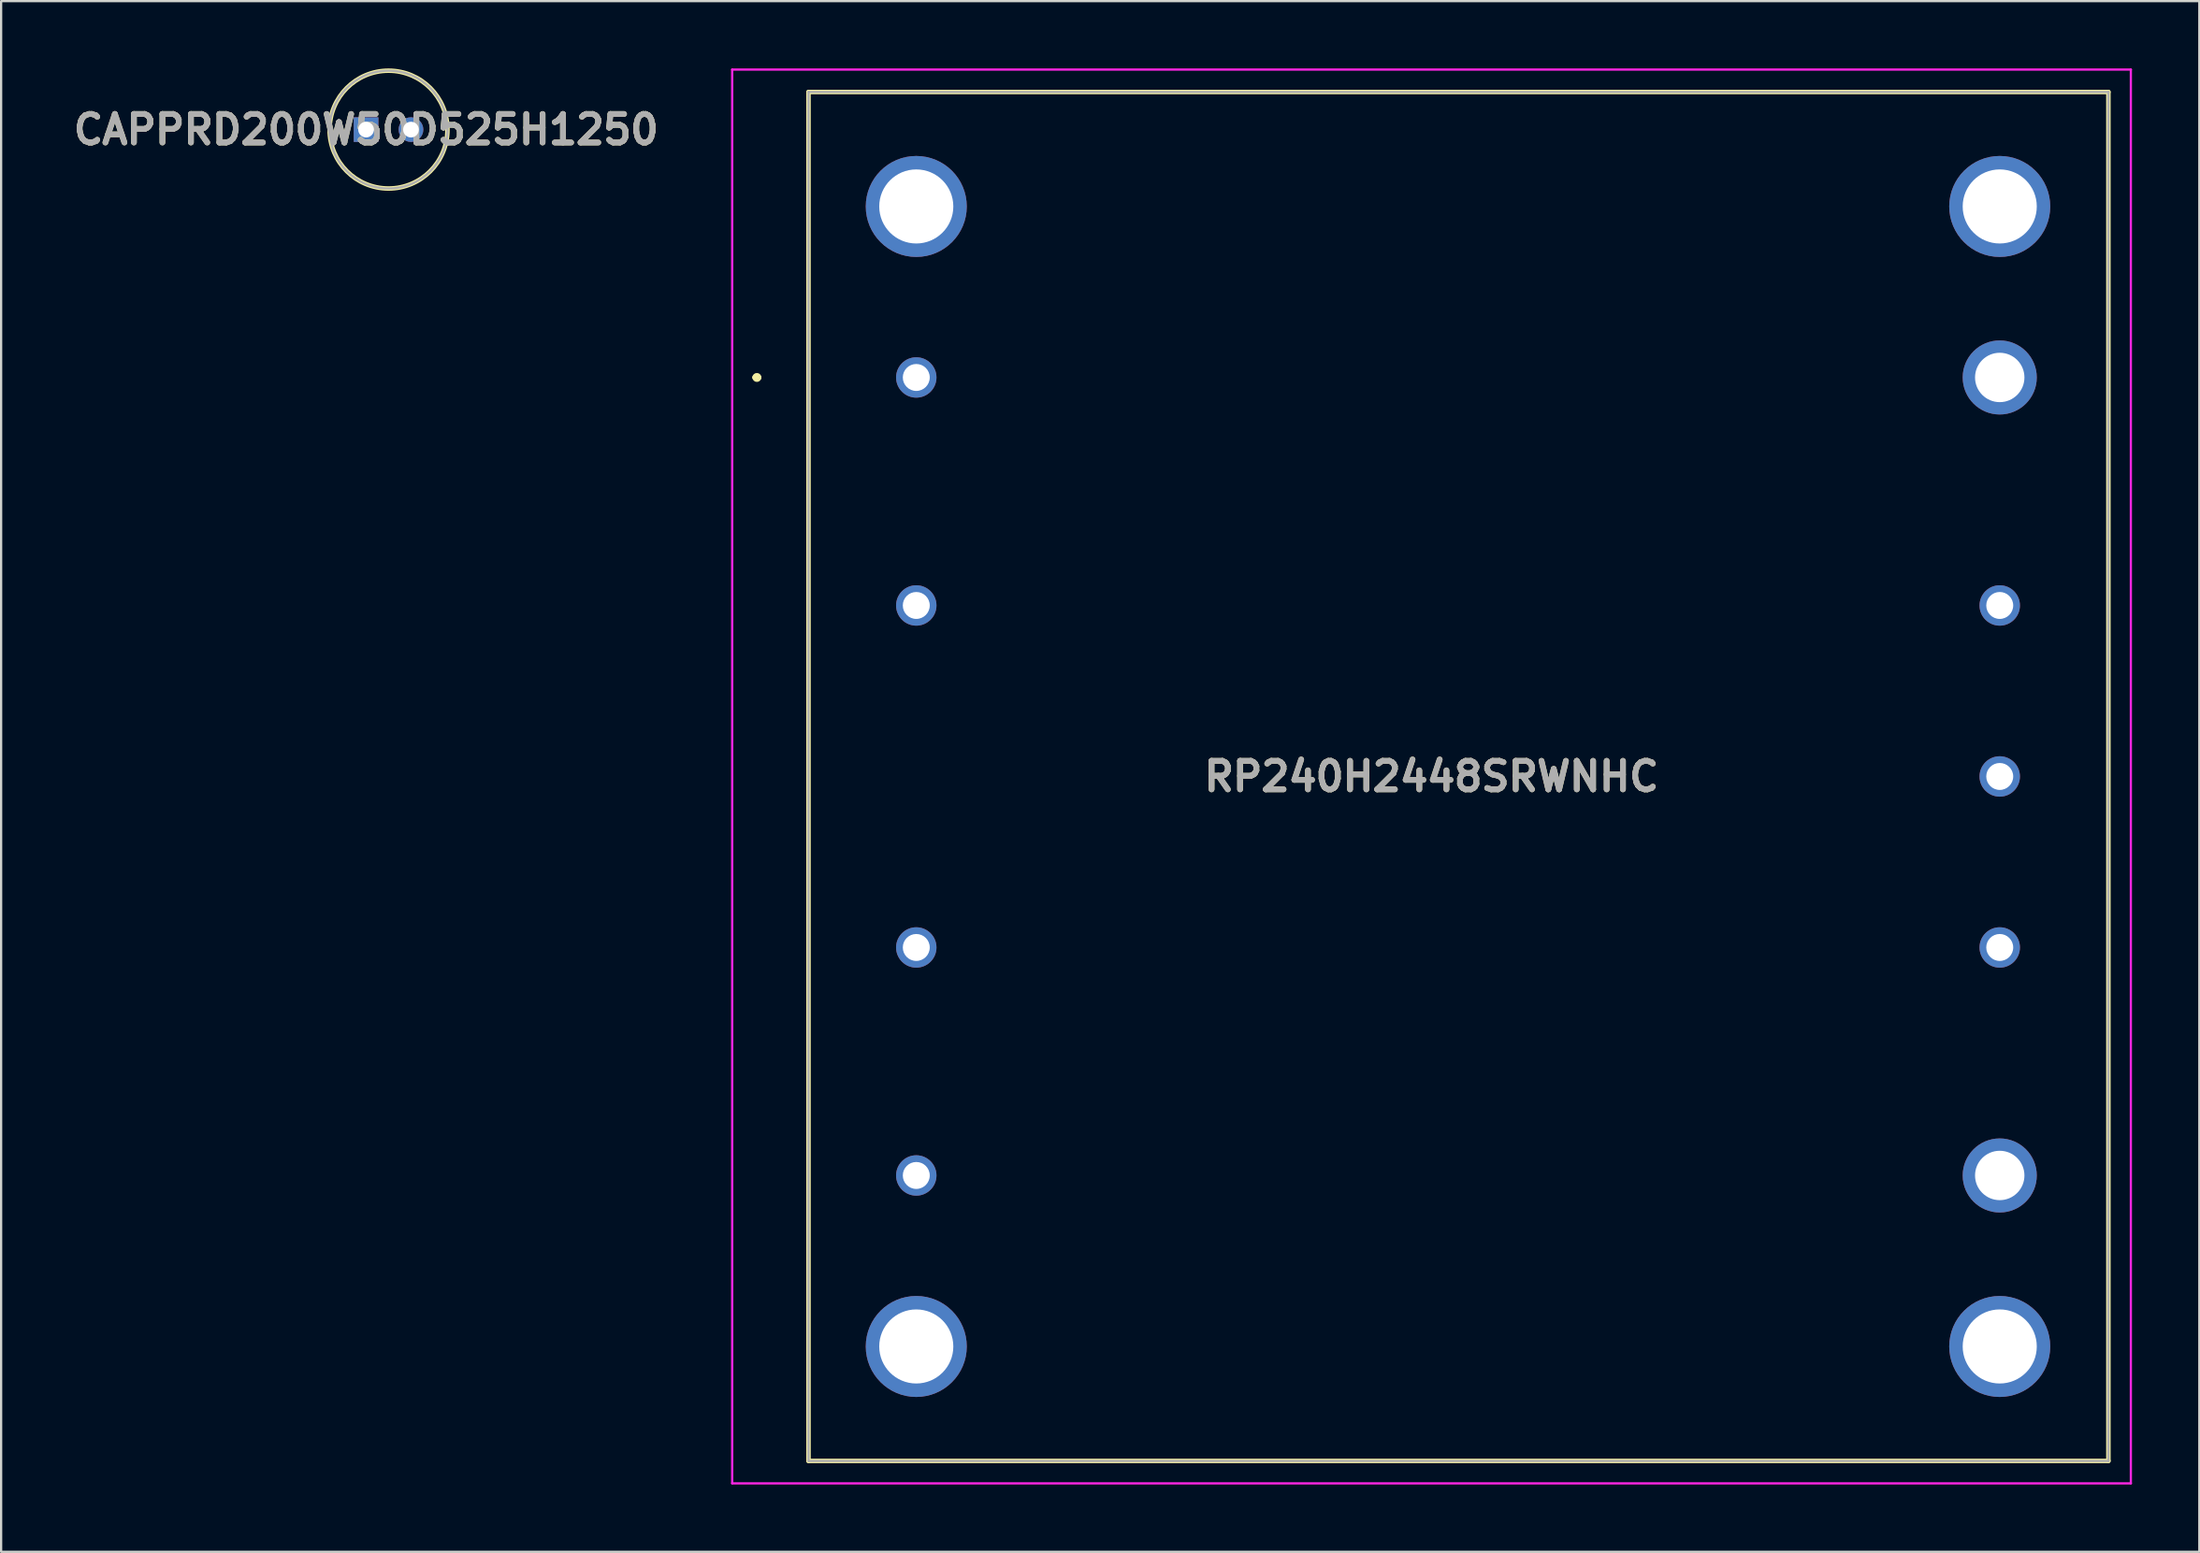
<source format=kicad_pcb>
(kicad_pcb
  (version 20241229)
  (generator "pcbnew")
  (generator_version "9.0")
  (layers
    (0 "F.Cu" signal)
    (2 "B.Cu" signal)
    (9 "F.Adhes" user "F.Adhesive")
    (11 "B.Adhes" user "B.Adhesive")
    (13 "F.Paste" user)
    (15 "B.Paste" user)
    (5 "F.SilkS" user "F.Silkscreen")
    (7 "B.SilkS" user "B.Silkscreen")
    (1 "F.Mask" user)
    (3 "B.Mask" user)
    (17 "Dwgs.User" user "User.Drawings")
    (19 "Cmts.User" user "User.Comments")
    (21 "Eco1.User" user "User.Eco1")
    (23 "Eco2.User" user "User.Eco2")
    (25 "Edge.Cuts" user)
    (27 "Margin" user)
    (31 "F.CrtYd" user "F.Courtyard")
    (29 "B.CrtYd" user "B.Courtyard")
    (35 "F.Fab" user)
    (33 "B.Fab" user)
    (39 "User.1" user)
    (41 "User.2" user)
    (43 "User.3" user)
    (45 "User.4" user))
  (footprint "CAPPRD200W50D525H1250"
    (layer "F.Cu")
    (at 13.256 2.725)
    (property "Reference" "CAPPRD200W50D525H1250" (at 0 0 0) (layer "F.SilkS") (effects (font (size 1.27 1.27) (thickness 0.254))))
    (attr through_hole)
    (fp_circle (center 1 0) (end 1 2.625) (stroke (width 0.2) (type solid)) (fill no) (layer "F.SilkS"))
    (fp_circle (center 1 0) (end 1 2.625) (stroke (width 0.1) (type solid)) (fill no) (layer "F.Fab"))
    (fp_text user "${REFERENCE}" (at 0 0 0) (layer "F.Fab") (effects (font (size 1.27 1.27) (thickness 0.254))))
    (pad "1" thru_hole rect (at 0 0) (size 1.1 1.1) (drill 0.7) (layers "*.Cu" "*.Mask"))
    (pad "2" thru_hole circle (at 2 0) (size 1.1 1.1) (drill 0.7) (layers "*.Cu" "*.Mask")))
  (footprint "RP240H2448SRWNHC"
    (layer "F.Cu")
    (at 37.763 13.77)
    (property "Reference" "RP240H2448SRWNHC" (at 22.95 17.78 0) (layer "F.SilkS") (effects (font (size 1.27 1.27) (thickness 0.254))))
    (attr through_hole)
    (fp_line (start -7.2 0) (end -7.2 0) (stroke (width 0.2) (type solid)) (layer "F.SilkS"))
    (fp_line (start -7 0) (end -7 0) (stroke (width 0.2) (type solid)) (layer "F.SilkS"))
    (fp_line (start -4.8 -12.72) (end -4.8 48.28) (stroke (width 0.2) (type solid)) (layer "F.SilkS"))
    (fp_line (start -4.8 48.28) (end 53.1 48.28) (stroke (width 0.2) (type solid)) (layer "F.SilkS"))
    (fp_line (start 53.1 -12.72) (end -4.8 -12.72) (stroke (width 0.2) (type solid)) (layer "F.SilkS"))
    (fp_line (start 53.1 48.28) (end 53.1 -12.72) (stroke (width 0.2) (type solid)) (layer "F.SilkS"))
    (fp_arc (start -7.2 0) (mid -7.1 -0.1) (end -7 0) (stroke (width 0.2) (type solid)) (layer "F.SilkS"))
    (fp_arc (start -7 0) (mid -7.1 0.1) (end -7.2 0) (stroke (width 0.2) (type solid)) (layer "F.SilkS"))
    (fp_line (start -8.2 -13.72) (end 54.1 -13.72) (stroke (width 0.1) (type solid)) (layer "F.CrtYd"))
    (fp_line (start -8.2 49.28) (end -8.2 -13.72) (stroke (width 0.1) (type solid)) (layer "F.CrtYd"))
    (fp_line (start 54.1 -13.72) (end 54.1 49.28) (stroke (width 0.1) (type solid)) (layer "F.CrtYd"))
    (fp_line (start 54.1 49.28) (end -8.2 49.28) (stroke (width 0.1) (type solid)) (layer "F.CrtYd"))
    (fp_line (start -4.8 -12.72) (end -4.8 48.28) (stroke (width 0.1) (type solid)) (layer "F.Fab"))
    (fp_line (start -4.8 48.28) (end 53.1 48.28) (stroke (width 0.1) (type solid)) (layer "F.Fab"))
    (fp_line (start 53.1 -12.72) (end -4.8 -12.72) (stroke (width 0.1) (type solid)) (layer "F.Fab"))
    (fp_line (start 53.1 48.28) (end 53.1 -12.72) (stroke (width 0.1) (type solid)) (layer "F.Fab"))
    (fp_text user "${REFERENCE}" (at 22.95 17.78 0) (layer "F.Fab") (effects (font (size 1.27 1.27) (thickness 0.254))))
    (pad "1" thru_hole circle (at 0 0) (size 1.8 1.8) (drill 1.2) (layers "*.Cu" "*.Mask"))
    (pad "2" thru_hole circle (at 0 10.16) (size 1.8 1.8) (drill 1.2) (layers "*.Cu" "*.Mask"))
    (pad "3" thru_hole circle (at 0 25.4) (size 1.8 1.8) (drill 1.2) (layers "*.Cu" "*.Mask"))
    (pad "4" thru_hole circle (at 0 35.56) (size 1.8 1.8) (drill 1.2) (layers "*.Cu" "*.Mask"))
    (pad "5" thru_hole circle (at 48.26 35.56) (size 3.3 3.3) (drill 2.2) (layers "*.Cu" "*.Mask"))
    (pad "6" thru_hole circle (at 48.26 25.4) (size 1.8 1.8) (drill 1.2) (layers "*.Cu" "*.Mask"))
    (pad "7" thru_hole circle (at 48.26 17.78) (size 1.8 1.8) (drill 1.2) (layers "*.Cu" "*.Mask"))
    (pad "8" thru_hole circle (at 48.26 10.16) (size 1.8 1.8) (drill 1.2) (layers "*.Cu" "*.Mask"))
    (pad "9" thru_hole circle (at 48.26 0) (size 3.3 3.3) (drill 2.2) (layers "*.Cu" "*.Mask"))
    (pad "MH1" thru_hole circle (at 0 43.18) (size 4.5 4.5) (drill 3.3) (layers "*.Cu" "*.Mask"))
    (pad "MH2" thru_hole circle (at 48.26 43.18) (size 4.5 4.5) (drill 3.3) (layers "*.Cu" "*.Mask"))
    (pad "MH3" thru_hole circle (at 48.26 -7.62) (size 4.5 4.5) (drill 3.3) (layers "*.Cu" "*.Mask"))
    (pad "MH4" thru_hole circle (at 0 -7.62) (size 4.5 4.5) (drill 3.3) (layers "*.Cu" "*.Mask")))
  (gr_rect
    (start -3 -3)
    (end 94.913 66.1)
    (stroke (width 0.1) (type default))
    (fill no)
    (layer "Edge.Cuts")))
</source>
